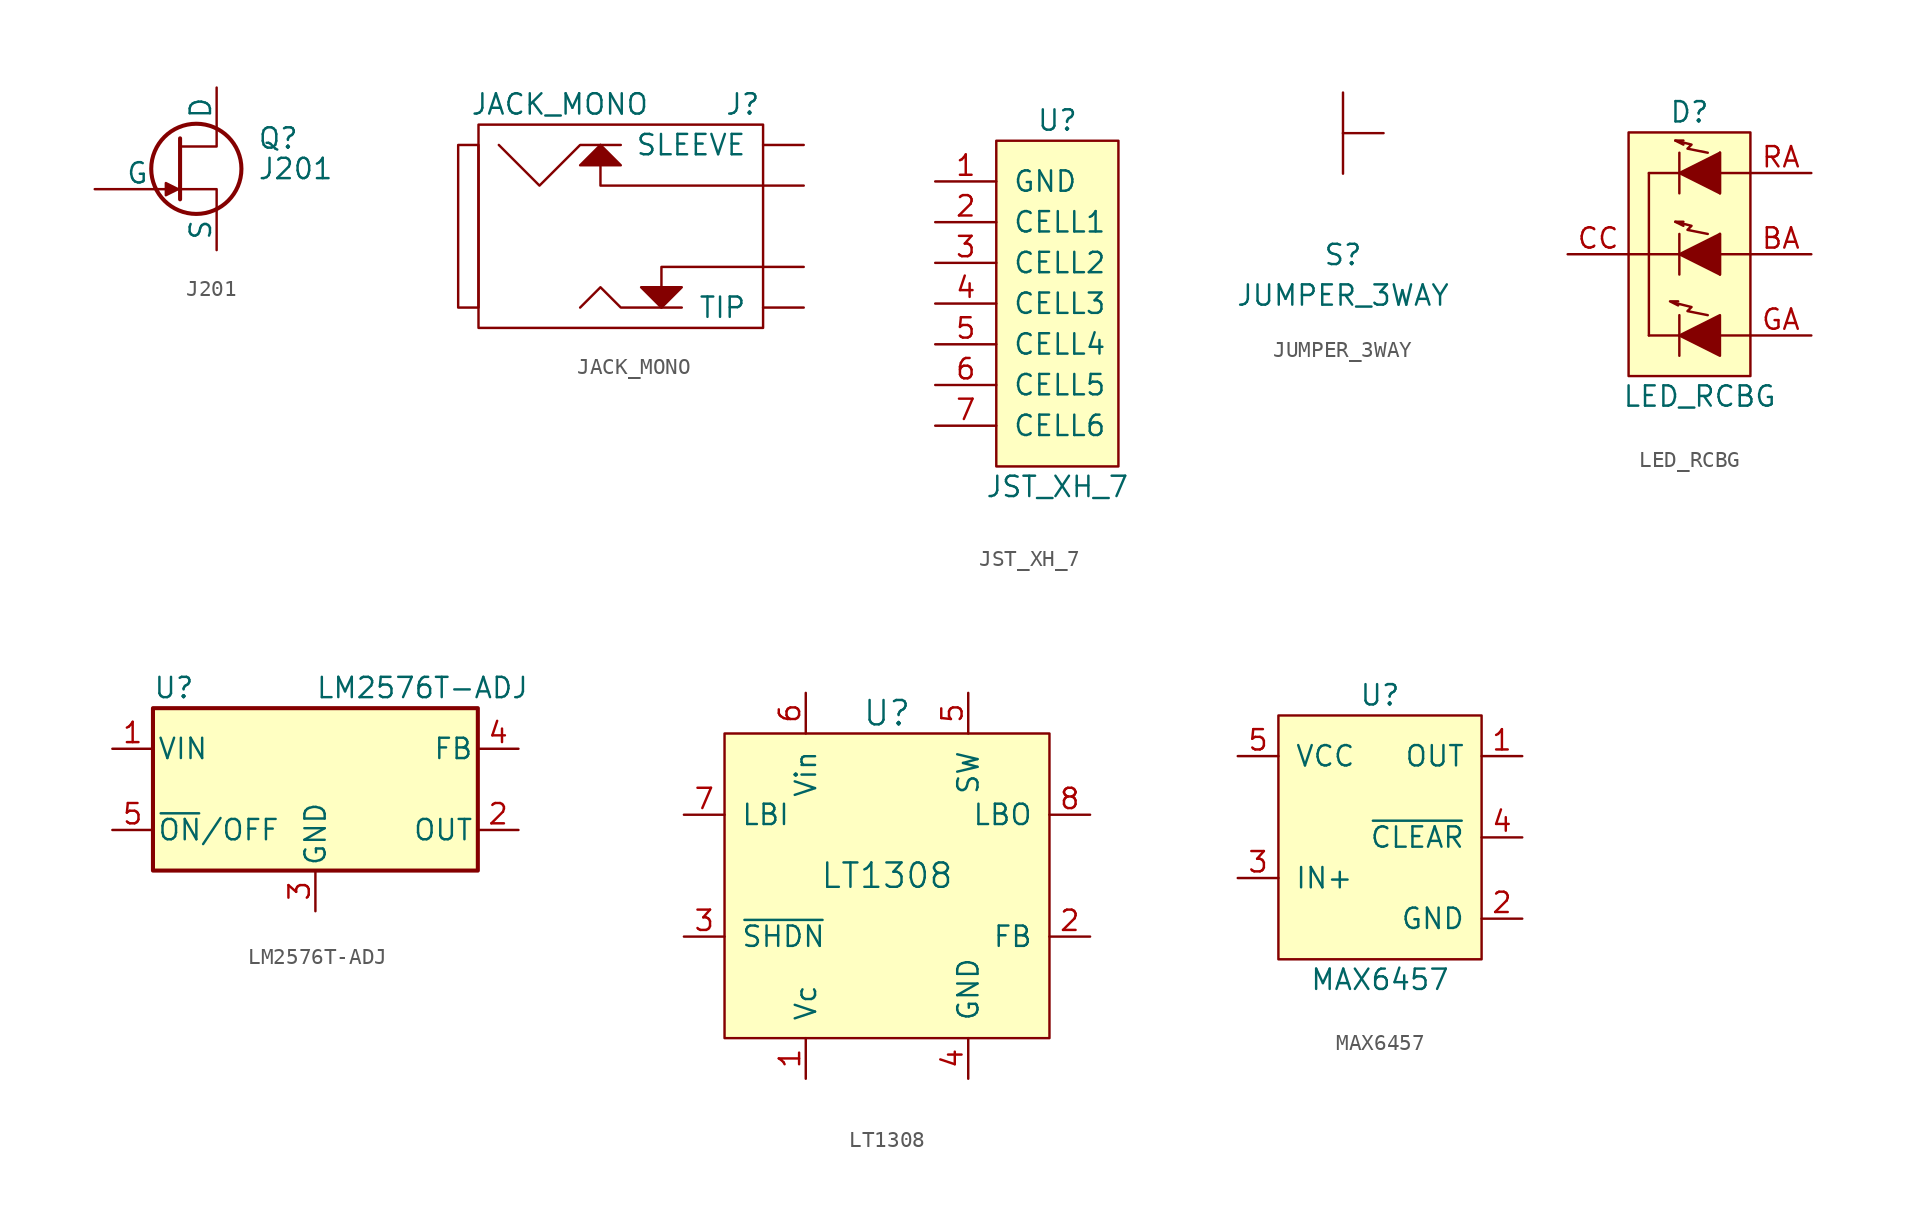
<source format=kicad_sym>
(kicad_symbol_lib
  (version 20211014)
  (generator kicad_symbol_editor)
  (symbol "J201"
    (pin_numbers hide)
    (pin_names
      (offset 0))
    (property "Reference" "Q"
      (at 5.08 1.905 0)
      (effects (font (size 1.27 1.27)) (justify left)))
    (property "Value" "J201"
      (at 5.08 0 0)
      (effects (font (size 1.27 1.27)) (justify left)))
    (symbol "J201_0_1"
      (polyline (pts (xy 0.254 1.905) (xy 0.254 -1.905) (xy 0.254 -1.905)) (stroke (width 0.254) (type default) (color 0 0 0 0)) (fill (type none)))
      (polyline (pts (xy 2.54 -2.54) (xy 2.54 -1.27) (xy 0.254 -1.27)) (stroke (width 0) (type default) (color 0 0 0 0)) (fill (type none)))
      (polyline (pts (xy 2.54 2.54) (xy 2.54 1.397) (xy 0.254 1.397)) (stroke (width 0) (type default) (color 0 0 0 0)) (fill (type none)))
      (polyline (pts (xy 0.127 -1.27) (xy -0.635 -0.889) (xy -0.635 -1.651) (xy 0.127 -1.27)) (stroke (width 0) (type default) (color 0 0 0 0)) (fill (type outline)))
      (circle (center 1.27 0) (radius 2.819) (stroke (width 0.254) (type default) (color 0 0 0 0)) (fill (type none))))
    (symbol "J201_1_1"
      (pin passive line (at 2.54 5.08 270) (length 2.54) (name "D" (effects (font (size 1.27 1.27)))) (number "1" (effects (font (size 1.27 1.27)))))
      (pin passive line (at 2.54 -5.08 90) (length 2.54) (name "S" (effects (font (size 1.27 1.27)))) (number "2" (effects (font (size 1.27 1.27)))))
      (pin input line (at -5.08 -1.27 0) (length 5.334) (name "G" (effects (font (size 1.27 1.27)))) (number "3" (effects (font (size 1.27 1.27)))))))
  (symbol "JACK_MONO"
    (pin_numbers hide)
    (pin_names
      (offset 1.016))
    (property "Reference" "J"
      (at 6.35 7.62 0)
      (effects (font (size 1.27 1.27))))
    (property "Value" "JACK_MONO"
      (at -5.08 7.62 0)
      (effects (font (size 1.27 1.27))))
    (symbol "JACK_MONO_0_1"
      (rectangle (start -10.16 5.08) (end -11.43 -5.08) (stroke (width 0) (type default) (color 0 0 0 0)) (fill (type none)))
      (polyline (pts (xy -2.54 5.08) (xy -3.81 3.81) (xy -1.27 3.81) (xy -2.54 5.08)) (stroke (width 0) (type default) (color 0 0 0 0)) (fill (type outline)))
      (polyline (pts (xy -2.54 5.08) (xy -3.81 5.08) (xy -6.35 2.54) (xy -8.89 5.08)) (stroke (width 0) (type default) (color 0 0 0 0)) (fill (type none)))
      (polyline (pts (xy 0 -3.81) (xy 1.27 -5.08) (xy 2.54 -3.81) (xy 0 -3.81)) (stroke (width 0) (type default) (color 0 0 0 0)) (fill (type outline)))
      (polyline (pts (xy 1.27 -5.08) (xy -1.27 -5.08) (xy -2.54 -3.81) (xy -3.81 -5.08)) (stroke (width 0) (type default) (color 0 0 0 0)) (fill (type none)))
      (polyline (pts (xy 7.62 -2.54) (xy 1.27 -2.54) (xy 1.27 -5.08) (xy 2.54 -5.08)) (stroke (width 0) (type default) (color 0 0 0 0)) (fill (type none)))
      (polyline (pts (xy 7.62 2.54) (xy -2.54 2.54) (xy -2.54 5.08) (xy -1.27 5.08)) (stroke (width 0) (type default) (color 0 0 0 0)) (fill (type none)))
      (rectangle (start 7.62 6.35) (end -10.16 -6.35) (stroke (width 0) (type default) (color 0 0 0 0)) (fill (type none))))
    (symbol "JACK_MONO_1_1"
      (pin output line (at 10.16 2.54 180) (length 2.54) (name "~" (effects (font (size 1.27 1.27)))) (number "1" (effects (font (size 1.27 1.27)))))
      (pin output line (at 10.16 -2.54 180) (length 2.54) (name "~" (effects (font (size 1.27 1.27)))) (number "3" (effects (font (size 1.27 1.27)))))
      (pin output line (at 10.16 5.08 180) (length 2.54) (name "SLEEVE" (effects (font (size 1.27 1.27)))) (number "4" (effects (font (size 1.27 1.27)))))
      (pin output line (at 10.16 -5.08 180) (length 2.54) (name "TIP" (effects (font (size 1.27 1.27)))) (number "6" (effects (font (size 1.27 1.27)))))))
  (symbol "JST_XH_7"
    (pin_names
      (offset 1.016))
    (property "Reference" "U"
      (at 0 11.43 0)
      (effects (font (size 1.27 1.27))))
    (property "Value" "JST_XH_7"
      (at 0 -11.43 0)
      (effects (font (size 1.27 1.27))))
    (symbol "JST_XH_7_0_1"
      (rectangle (start -3.81 10.16) (end 3.81 -10.16) (stroke (width 0) (type default) (color 0 0 0 0)) (fill (type background))))
    (symbol "JST_XH_7_1_1"
      (pin output line (at -7.62 7.62 0) (length 3.81) (name "GND" (effects (font (size 1.27 1.27)))) (number "1" (effects (font (size 1.27 1.27)))))
      (pin output line (at -7.62 5.08 0) (length 3.81) (name "CELL1" (effects (font (size 1.27 1.27)))) (number "2" (effects (font (size 1.27 1.27)))))
      (pin output line (at -7.62 2.54 0) (length 3.81) (name "CELL2" (effects (font (size 1.27 1.27)))) (number "3" (effects (font (size 1.27 1.27)))))
      (pin output line (at -7.62 0 0) (length 3.81) (name "CELL3" (effects (font (size 1.27 1.27)))) (number "4" (effects (font (size 1.27 1.27)))))
      (pin output line (at -7.62 -2.54 0) (length 3.81) (name "CELL4" (effects (font (size 1.27 1.27)))) (number "5" (effects (font (size 1.27 1.27)))))
      (pin output line (at -7.62 -5.08 0) (length 3.81) (name "CELL5" (effects (font (size 1.27 1.27)))) (number "6" (effects (font (size 1.27 1.27)))))
      (pin output line (at -7.62 -7.62 0) (length 3.81) (name "CELL6" (effects (font (size 1.27 1.27)))) (number "7" (effects (font (size 1.27 1.27)))))))
  (symbol "JUMPER_3WAY"
    (pin_numbers hide)
    (pin_names
      (offset 1.016))
    (property "Reference" "S"
      (at 0 -7.62 0)
      (effects (font (size 1.27 1.27))))
    (property "Value" "JUMPER_3WAY"
      (at 0 -10.16 0)
      (effects (font (size 1.27 1.27))))
    (symbol "JUMPER_3WAY_1_1"
      (pin passive line (at 0 2.54 270) (length 2.54) (name "~" (effects (font (size 1.27 1.27)))) (number "1" (effects (font (size 1.27 1.27)))))
      (pin passive line (at 2.54 0 180) (length 2.54) (name "~" (effects (font (size 1.27 1.27)))) (number "2" (effects (font (size 1.27 1.27)))))
      (pin passive line (at 0 -2.54 90) (length 2.54) (name "~" (effects (font (size 1.27 1.27)))) (number "3" (effects (font (size 1.27 1.27)))))))
  (symbol "LED_RCBG"
    (pin_names
      (offset 0))
    (property "Reference" "D"
      (at 0 8.89 0)
      (effects (font (size 1.27 1.27))))
    (property "Value" "LED_RCBG"
      (at 0.635 -8.89 0)
      (effects (font (size 1.27 1.27))))
    (property "Footprint" ""
      (at 0 -1.27 0)
      (effects (font (size 1.27 1.27))))
    (property "Datasheet" ""
      (at 0 -1.27 0)
      (effects (font (size 1.27 1.27))))
    (symbol "LED_RCBG_0_1"
      (polyline (pts (xy -2.54 0) (xy -3.81 0)) (stroke (width 0) (type default) (color 0 0 0 0)) (fill (type none)))
      (polyline (pts (xy -2.54 5.08) (xy -2.54 -5.08)) (stroke (width 0) (type default) (color 0 0 0 0)) (fill (type none)))
      (polyline (pts (xy -0.635 -5.08) (xy -2.54 -5.08)) (stroke (width 0) (type default) (color 0 0 0 0)) (fill (type none)))
      (polyline (pts (xy -0.635 -3.81) (xy -0.635 -6.35)) (stroke (width 0) (type default) (color 0 0 0 0)) (fill (type none)))
      (polyline (pts (xy -0.635 0) (xy -2.54 0)) (stroke (width 0) (type default) (color 0 0 0 0)) (fill (type none)))
      (polyline (pts (xy -0.635 5.08) (xy -2.54 5.08)) (stroke (width 0) (type default) (color 0 0 0 0)) (fill (type none)))
      (polyline (pts (xy 1.27 -5.08) (xy 3.81 -5.08)) (stroke (width 0) (type default) (color 0 0 0 0)) (fill (type none)))
      (polyline (pts (xy 1.27 5.08) (xy 3.81 5.08)) (stroke (width 0) (type default) (color 0 0 0 0)) (fill (type none)))
      (polyline (pts (xy 3.81 0) (xy 1.27 0)) (stroke (width 0) (type default) (color 0 0 0 0)) (fill (type none)))
      (polyline (pts (xy 3.81 5.08) (xy 3.81 5.08)) (stroke (width 0) (type default) (color 0 0 0 0)) (fill (type none)))
      (polyline (pts (xy -0.635 1.27) (xy -0.635 -1.27) (xy -0.635 -1.27)) (stroke (width 0) (type default) (color 0 0 0 0)) (fill (type none)))
      (polyline (pts (xy -0.635 6.35) (xy -0.635 3.81) (xy -0.635 3.81)) (stroke (width 0) (type default) (color 0 0 0 0)) (fill (type none)))
      (polyline (pts (xy -0.711 -2.946) (xy -1.219 -2.946) (xy -0.711 -3.2) (xy -0.711 -3.2)) (stroke (width 0) (type default) (color 0 0 0 0)) (fill (type none)))
      (polyline (pts (xy -0.381 2.032) (xy -0.889 2.032) (xy -0.381 1.778) (xy -0.381 1.778)) (stroke (width 0) (type default) (color 0 0 0 0)) (fill (type none)))
      (polyline (pts (xy -0.381 7.112) (xy -0.889 7.112) (xy -0.381 6.858) (xy -0.381 6.858)) (stroke (width 0) (type default) (color 0 0 0 0)) (fill (type none)))
      (polyline (pts (xy 1.143 -3.81) (xy -0.127 -3.556) (xy 0.127 -3.302) (xy -0.889 -3.048) (xy -0.889 -3.048)) (stroke (width 0) (type default) (color 0 0 0 0)) (fill (type none)))
      (polyline (pts (xy 1.905 -3.81) (xy 1.905 -6.35) (xy -0.635 -5.08) (xy 1.905 -3.81) (xy 1.905 -3.81)) (stroke (width 0) (type default) (color 0 0 0 0)) (fill (type outline)))
      (polyline (pts (xy 1.143 1.27) (xy -0.127 1.524) (xy 0.127 1.778) (xy -0.889 2.032) (xy -0.889 2.032) (xy -0.889 2.032)) (stroke (width 0) (type default) (color 0 0 0 0)) (fill (type none)))
      (polyline (pts (xy 1.143 6.35) (xy -0.127 6.604) (xy 0.127 6.858) (xy -0.889 7.112) (xy -0.889 7.112) (xy -0.889 7.112)) (stroke (width 0) (type default) (color 0 0 0 0)) (fill (type none)))
      (polyline (pts (xy 1.905 1.27) (xy 1.905 -1.27) (xy -0.635 0) (xy 1.905 1.27) (xy 1.905 1.27) (xy 1.905 1.27)) (stroke (width 0) (type default) (color 0 0 0 0)) (fill (type outline)))
      (polyline (pts (xy 1.905 6.35) (xy 1.905 3.81) (xy -0.635 5.08) (xy 1.905 6.35) (xy 1.905 6.35) (xy 1.905 6.35)) (stroke (width 0) (type default) (color 0 0 0 0)) (fill (type outline)))
      (rectangle (start 1.905 -1.27) (end 1.905 1.27) (stroke (width 0) (type default) (color 0 0 0 0)) (fill (type none)))
      (rectangle (start 1.905 1.27) (end 1.905 1.27) (stroke (width 0) (type default) (color 0 0 0 0)) (fill (type none)))
      (rectangle (start 1.905 3.81) (end 1.905 6.35) (stroke (width 0) (type default) (color 0 0 0 0)) (fill (type none)))
      (rectangle (start 1.905 6.35) (end 1.905 6.35) (stroke (width 0) (type default) (color 0 0 0 0)) (fill (type none)))
      (rectangle (start 3.81 7.62) (end -3.81 -7.62) (stroke (width 0) (type default) (color 0 0 0 0)) (fill (type background))))
    (symbol "LED_RCBG_1_1"
      (pin passive line (at 7.62 0 180) (length 3.81) (name "~" (effects (font (size 1.27 1.27)))) (number "BA" (effects (font (size 1.27 1.27)))))
      (pin passive line (at -7.62 0 0) (length 3.81) (name "~" (effects (font (size 1.27 1.27)))) (number "CC" (effects (font (size 1.27 1.27)))))
      (pin passive line (at 7.62 -5.08 180) (length 3.81) (name "~" (effects (font (size 1.27 1.27)))) (number "GA" (effects (font (size 1.27 1.27)))))
      (pin passive line (at 7.62 5.08 180) (length 3.81) (name "~" (effects (font (size 1.27 1.27)))) (number "RA" (effects (font (size 1.27 1.27)))))))
  (symbol "LM2576T-ADJ"
    (pin_names
      (offset 0.254))
    (property "Reference" "U"
      (at -10.16 6.35 0)
      (effects (font (size 1.27 1.27)) (justify left)))
    (property "Value" "LM2576T-ADJ"
      (at 0 6.35 0)
      (effects (font (size 1.27 1.27)) (justify left)))
    (symbol "LM2576T-ADJ_0_1"
      (rectangle (start -10.16 5.08) (end 10.16 -5.08) (stroke (width 0.254) (type default) (color 0 0 0 0)) (fill (type background))))
    (symbol "LM2576T-ADJ_1_1"
      (pin power_in line (at -12.7 2.54 0) (length 2.54) (name "VIN" (effects (font (size 1.27 1.27)))) (number "1" (effects (font (size 1.27 1.27)))))
      (pin output line (at 12.7 -2.54 180) (length 2.54) (name "OUT" (effects (font (size 1.27 1.27)))) (number "2" (effects (font (size 1.27 1.27)))))
      (pin power_in line (at 0 -7.62 90) (length 2.54) (name "GND" (effects (font (size 1.27 1.27)))) (number "3" (effects (font (size 1.27 1.27)))))
      (pin input line (at 12.7 2.54 180) (length 2.54) (name "FB" (effects (font (size 1.27 1.27)))) (number "4" (effects (font (size 1.27 1.27)))))
      (pin input line (at -12.7 -2.54 0) (length 2.54) (name "~{ON}/OFF" (effects (font (size 1.27 1.27)))) (number "5" (effects (font (size 1.27 1.27)))))))
  (symbol "LT1308"
    (pin_names
      (offset 1.016))
    (property "Reference" "U"
      (at 0 10.16 0)
      (effects (font (size 1.524 1.524))))
    (property "Value" "LT1308"
      (at 0 0 0)
      (effects (font (size 1.524 1.524))))
    (property "Footprint" ""
      (at 0 0 0)
      (effects (font (size 1.524 1.524))))
    (property "Datasheet" ""
      (at 0 0 0)
      (effects (font (size 1.524 1.524))))
    (symbol "LT1308_0_1"
      (rectangle (start -10.16 8.89) (end 10.16 -10.16) (stroke (width 0) (type default) (color 0 0 0 0)) (fill (type background))))
    (symbol "LT1308_1_1"
      (pin input line (at -5.08 -12.7 90) (length 2.54) (name "Vc" (effects (font (size 1.27 1.27)))) (number "1" (effects (font (size 1.27 1.27)))))
      (pin input line (at 12.7 -3.81 180) (length 2.54) (name "FB" (effects (font (size 1.27 1.27)))) (number "2" (effects (font (size 1.27 1.27)))))
      (pin input line (at -12.7 -3.81 0) (length 2.54) (name "~{SHDN}" (effects (font (size 1.27 1.27)))) (number "3" (effects (font (size 1.27 1.27)))))
      (pin input line (at 5.08 -12.7 90) (length 2.54) (name "GND" (effects (font (size 1.27 1.27)))) (number "4" (effects (font (size 1.27 1.27)))))
      (pin input line (at 5.08 11.43 270) (length 2.54) (name "SW" (effects (font (size 1.27 1.27)))) (number "5" (effects (font (size 1.27 1.27)))))
      (pin input line (at -5.08 11.43 270) (length 2.54) (name "Vin" (effects (font (size 1.27 1.27)))) (number "6" (effects (font (size 1.27 1.27)))))
      (pin input line (at -12.7 3.81 0) (length 2.54) (name "LBI" (effects (font (size 1.27 1.27)))) (number "7" (effects (font (size 1.27 1.27)))))
      (pin input line (at 12.7 3.81 180) (length 2.54) (name "LBO" (effects (font (size 1.27 1.27)))) (number "8" (effects (font (size 1.27 1.27)))))))
  (symbol "MAX6457"
    (pin_names
      (offset 1.016))
    (property "Reference" "U"
      (at 0 8.89 0)
      (effects (font (size 1.27 1.27))))
    (property "Value" "MAX6457"
      (at 0 -8.89 0)
      (effects (font (size 1.27 1.27))))
    (symbol "MAX6457_0_1"
      (rectangle (start -6.35 7.62) (end 6.35 -7.62) (stroke (width 0) (type default) (color 0 0 0 0)) (fill (type background))))
    (symbol "MAX6457_1_1"
      (pin output line (at 8.89 5.08 180) (length 2.54) (name "OUT" (effects (font (size 1.27 1.27)))) (number "1" (effects (font (size 1.27 1.27)))))
      (pin power_in line (at 8.89 -5.08 180) (length 2.54) (name "GND" (effects (font (size 1.27 1.27)))) (number "2" (effects (font (size 1.27 1.27)))))
      (pin input line (at -8.89 -2.54 0) (length 2.54) (name "IN+" (effects (font (size 1.27 1.27)))) (number "3" (effects (font (size 1.27 1.27)))))
      (pin input line (at 8.89 0 180) (length 2.54) (name "~{CLEAR}" (effects (font (size 1.27 1.27)))) (number "4" (effects (font (size 1.27 1.27)))))
      (pin power_in line (at -8.89 5.08 0) (length 2.54) (name "VCC" (effects (font (size 1.27 1.27)))) (number "5" (effects (font (size 1.27 1.27))))))))
</source>
